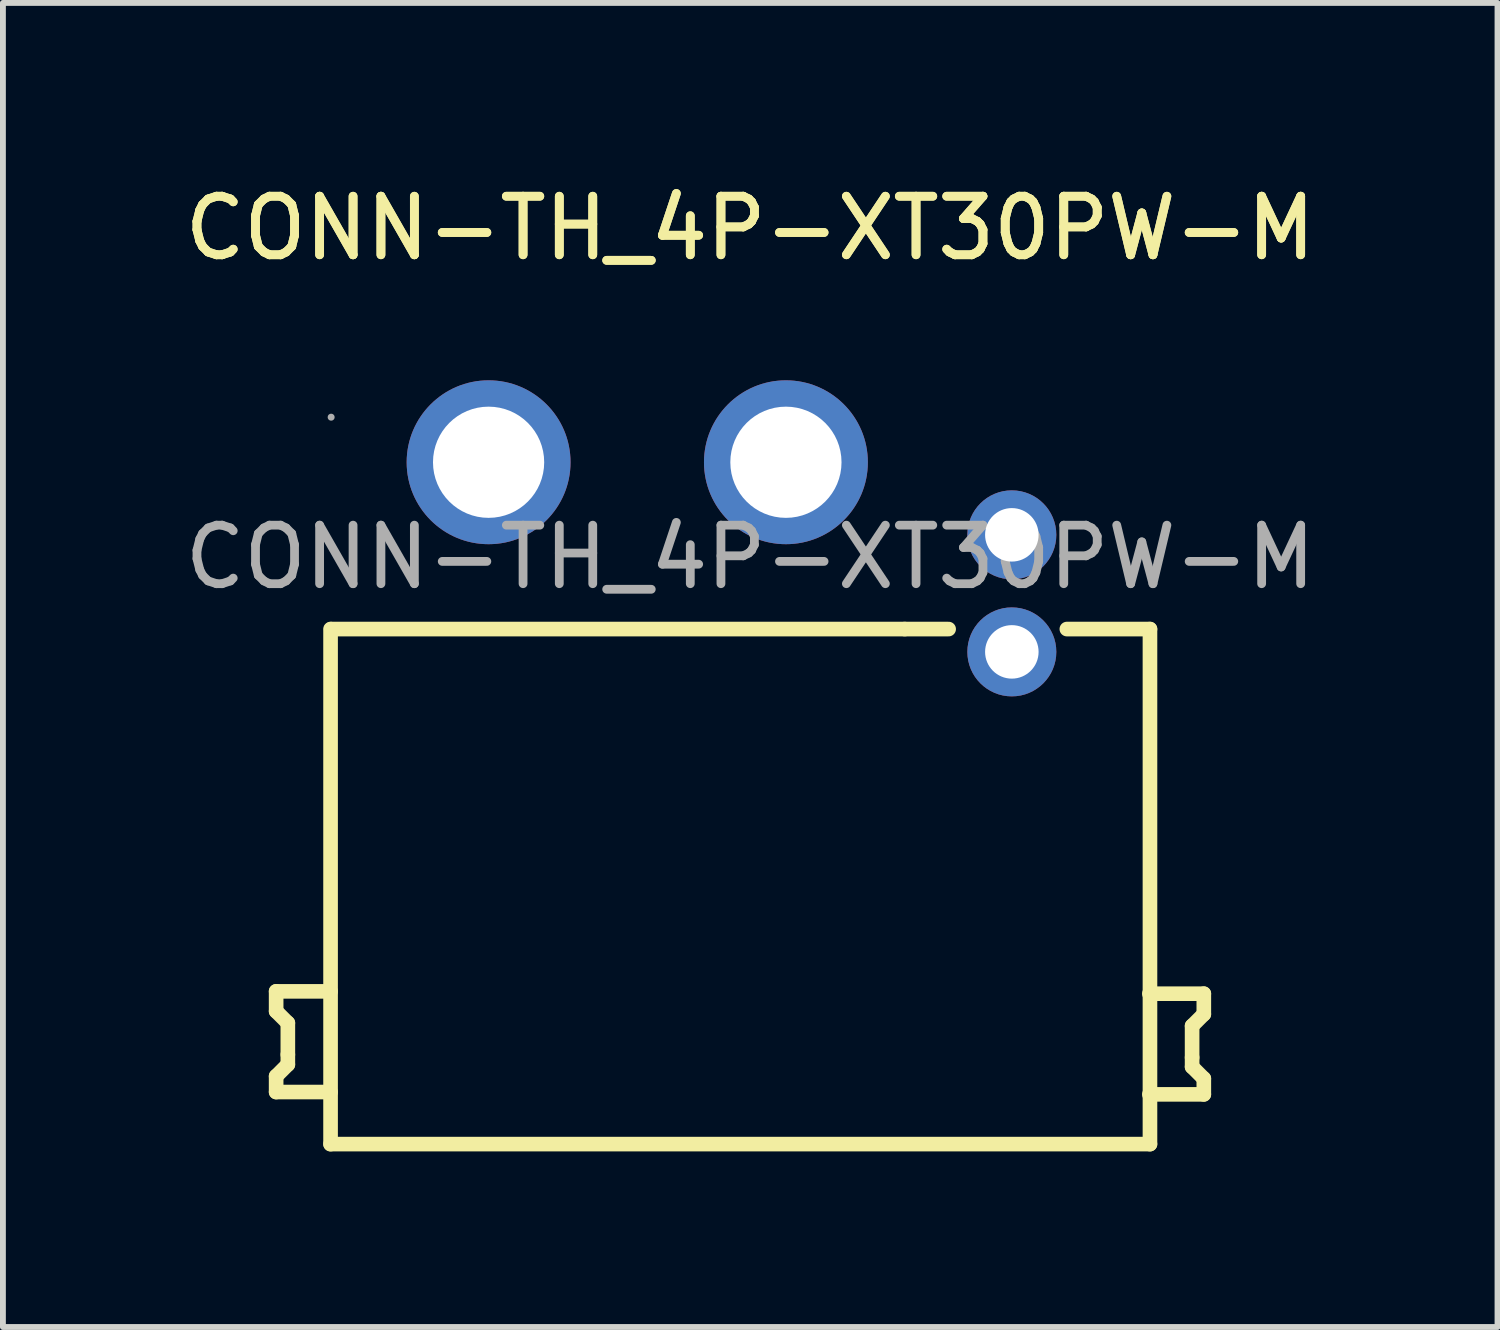
<source format=kicad_pcb>
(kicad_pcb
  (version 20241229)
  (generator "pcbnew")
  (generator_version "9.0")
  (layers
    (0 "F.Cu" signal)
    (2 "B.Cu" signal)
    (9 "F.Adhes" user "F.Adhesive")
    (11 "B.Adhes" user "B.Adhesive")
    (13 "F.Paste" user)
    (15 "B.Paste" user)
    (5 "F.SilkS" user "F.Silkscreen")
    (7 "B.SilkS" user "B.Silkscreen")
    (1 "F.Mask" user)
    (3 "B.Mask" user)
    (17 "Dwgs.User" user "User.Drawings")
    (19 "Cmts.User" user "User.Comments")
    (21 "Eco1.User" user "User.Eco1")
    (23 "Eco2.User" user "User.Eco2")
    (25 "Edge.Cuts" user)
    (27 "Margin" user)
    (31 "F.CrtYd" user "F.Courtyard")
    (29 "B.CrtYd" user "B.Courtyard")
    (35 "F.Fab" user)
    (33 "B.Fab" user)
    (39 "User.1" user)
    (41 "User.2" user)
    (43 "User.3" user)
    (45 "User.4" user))
  (footprint "CONN-TH_4P-XT30PW-M"
    (layer "F.Cu")
    (at 9.768 6.468)
    (property "Reference" "CONN-TH_4P-XT30PW-M" (at 0 -5.62 0) (layer "F.SilkS") (effects (font (size 1 1) (thickness 0.15))))
    (attr through_hole)
    (fp_line (start -8.1 7.42) (end -8.1 7.76) (stroke (width 0.25) (type solid)) (layer "F.SilkS"))
    (fp_line (start -8.1 7.76) (end -7.9 7.96) (stroke (width 0.25) (type solid)) (layer "F.SilkS"))
    (fp_line (start -8.1 8.87) (end -8.1 9.14) (stroke (width 0.25) (type solid)) (layer "F.SilkS"))
    (fp_line (start -8.1 9.14) (end -7.17 9.14) (stroke (width 0.25) (type solid)) (layer "F.SilkS"))
    (fp_line (start -7.9 7.96) (end -7.9 8.5) (stroke (width 0.25) (type solid)) (layer "F.SilkS"))
    (fp_line (start -7.9 8.5) (end -7.9 8.67) (stroke (width 0.25) (type solid)) (layer "F.SilkS"))
    (fp_line (start -7.9 8.67) (end -8.1 8.87) (stroke (width 0.25) (type solid)) (layer "F.SilkS"))
    (fp_line (start -7.17 7.42) (end -8.1 7.42) (stroke (width 0.25) (type solid)) (layer "F.SilkS"))
    (fp_line (start -7.17 10.03) (end -7.17 1.23) (stroke (width 0.25) (type solid)) (layer "F.SilkS"))
    (fp_line (start 2.64 1.23) (end -7.16 1.23) (stroke (width 0.25) (type solid)) (layer "F.SilkS"))
    (fp_line (start 2.64 1.23) (end 3.39 1.23) (stroke (width 0.25) (type solid)) (layer "F.SilkS"))
    (fp_line (start 6.82 7.46) (end 7.75 7.46) (stroke (width 0.25) (type solid)) (layer "F.SilkS"))
    (fp_line (start 6.83 1.23) (end 5.41 1.23) (stroke (width 0.25) (type solid)) (layer "F.SilkS"))
    (fp_line (start 6.83 1.23) (end 6.83 10.03) (stroke (width 0.25) (type solid)) (layer "F.SilkS"))
    (fp_line (start 6.83 10.03) (end -7.17 10.03) (stroke (width 0.25) (type solid)) (layer "F.SilkS"))
    (fp_line (start 7.55 8.01) (end 7.55 8.55) (stroke (width 0.25) (type solid)) (layer "F.SilkS"))
    (fp_line (start 7.55 8.55) (end 7.55 8.71) (stroke (width 0.25) (type solid)) (layer "F.SilkS"))
    (fp_line (start 7.55 8.71) (end 7.75 8.91) (stroke (width 0.25) (type solid)) (layer "F.SilkS"))
    (fp_line (start 7.75 7.46) (end 7.75 7.81) (stroke (width 0.25) (type solid)) (layer "F.SilkS"))
    (fp_line (start 7.75 7.81) (end 7.55 8.01) (stroke (width 0.25) (type solid)) (layer "F.SilkS"))
    (fp_line (start 7.75 8.91) (end 7.75 9.18) (stroke (width 0.25) (type solid)) (layer "F.SilkS"))
    (fp_line (start 7.75 9.18) (end 6.82 9.18) (stroke (width 0.25) (type solid)) (layer "F.SilkS"))
    (fp_circle (center -7.16 -2.39) (end -7.13 -2.39) (stroke (width 0.06) (type solid)) (fill no) (layer "F.Fab"))
    (fp_circle (center -4.47 -1.62) (end -4.08 -1.62) (stroke (width 0.78) (type solid)) (fill no) (layer "F.Fab"))
    (fp_circle (center 0.61 -1.62) (end 1 -1.62) (stroke (width 0.78) (type solid)) (fill no) (layer "F.Fab"))
    (fp_text user "${REFERENCE}" (at 0 -5.62 0) (layer "F.SilkS") (effects (font (size 1 1) (thickness 0.15))))
    (fp_text user "${REFERENCE}" (at 0 0 0) (layer "F.Fab") (effects (font (size 1 1) (thickness 0.15))))
    (pad "1" thru_hole circle (at -4.47 -1.62) (size 2.8 2.8) (drill 1.9) (layers "*.Cu" "*.Mask"))
    (pad "2" thru_hole circle (at 0.61 -1.62) (size 2.8 2.8) (drill 1.9) (layers "*.Cu" "*.Mask"))
    (pad "3" thru_hole circle (at 4.47 -0.38) (size 1.52 1.52) (drill 0.914) (layers "*.Cu" "*.Mask"))
    (pad "4" thru_hole circle (at 4.47 1.62) (size 1.52 1.52) (drill 0.914) (layers "*.Cu" "*.Mask")))
  (gr_rect
    (start -3 -3)
    (end 22.536 19.623)
    (stroke (width 0.1) (type default))
    (fill no)
    (layer "Edge.Cuts")))
</source>
